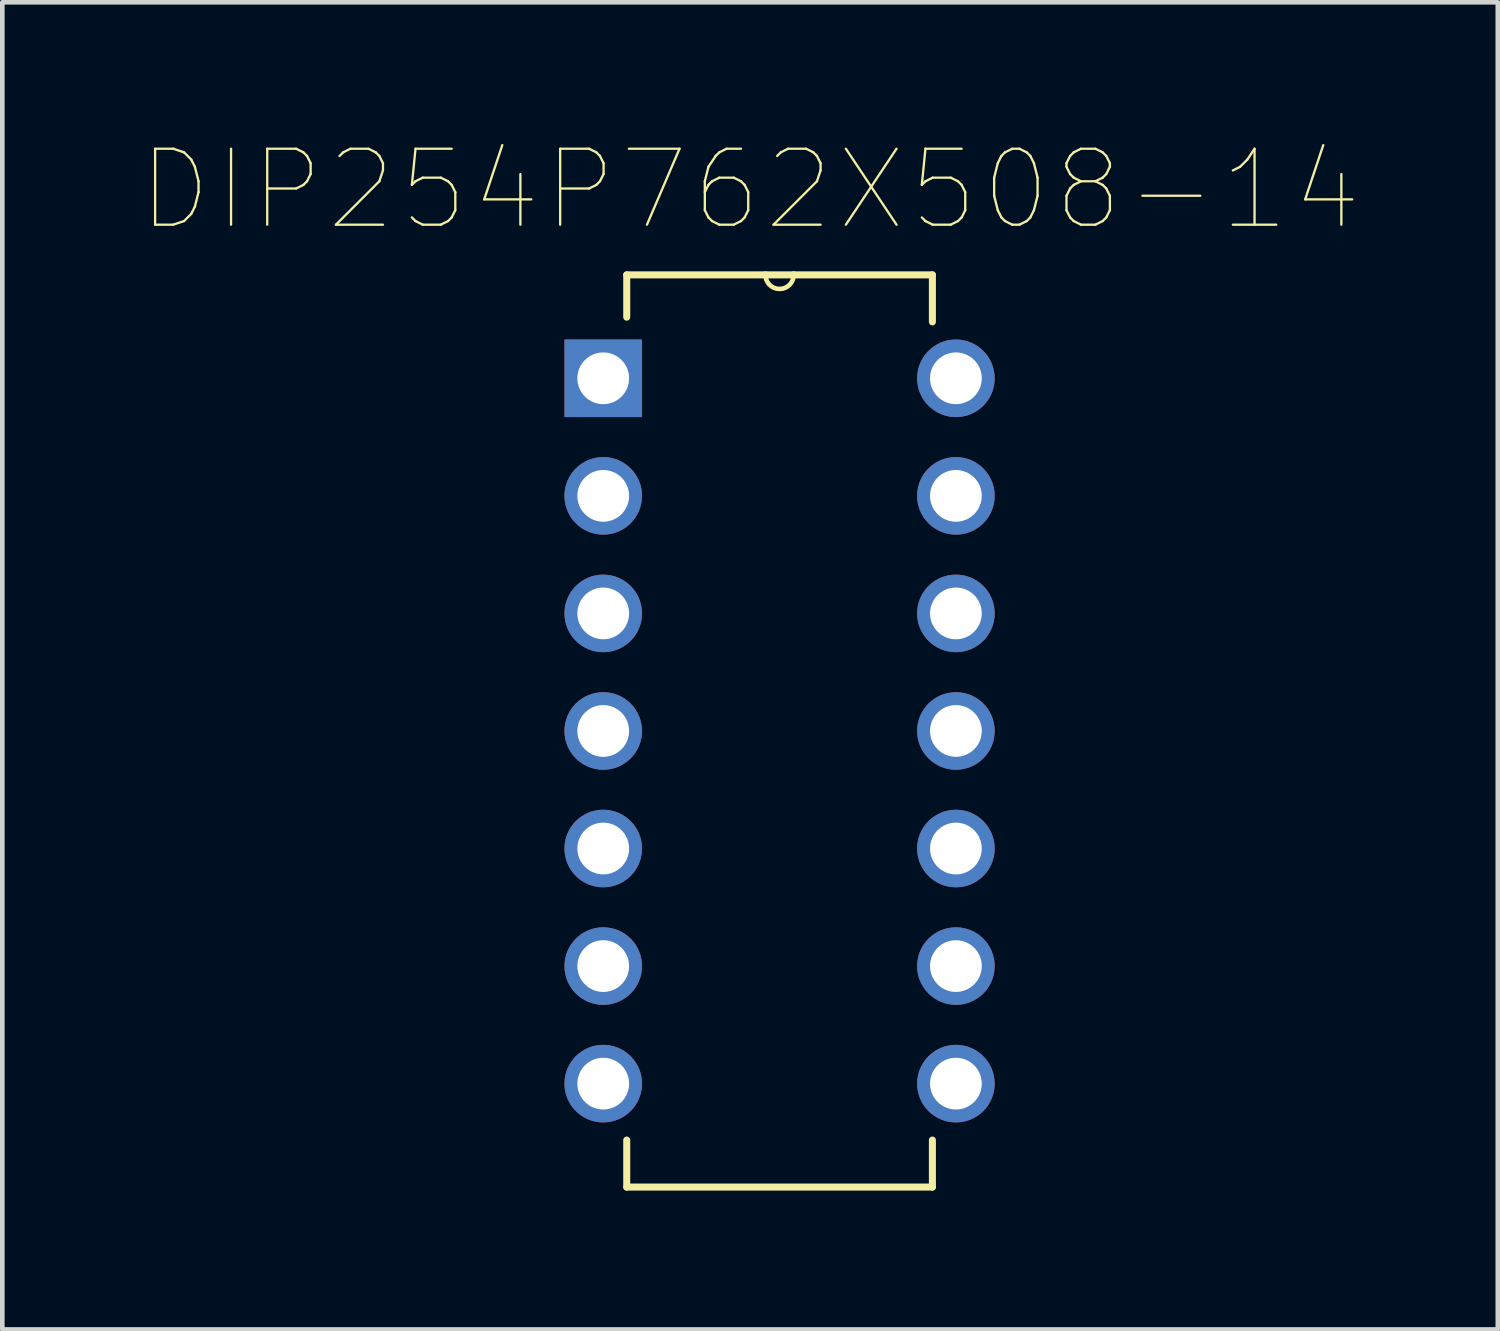
<source format=kicad_pcb>
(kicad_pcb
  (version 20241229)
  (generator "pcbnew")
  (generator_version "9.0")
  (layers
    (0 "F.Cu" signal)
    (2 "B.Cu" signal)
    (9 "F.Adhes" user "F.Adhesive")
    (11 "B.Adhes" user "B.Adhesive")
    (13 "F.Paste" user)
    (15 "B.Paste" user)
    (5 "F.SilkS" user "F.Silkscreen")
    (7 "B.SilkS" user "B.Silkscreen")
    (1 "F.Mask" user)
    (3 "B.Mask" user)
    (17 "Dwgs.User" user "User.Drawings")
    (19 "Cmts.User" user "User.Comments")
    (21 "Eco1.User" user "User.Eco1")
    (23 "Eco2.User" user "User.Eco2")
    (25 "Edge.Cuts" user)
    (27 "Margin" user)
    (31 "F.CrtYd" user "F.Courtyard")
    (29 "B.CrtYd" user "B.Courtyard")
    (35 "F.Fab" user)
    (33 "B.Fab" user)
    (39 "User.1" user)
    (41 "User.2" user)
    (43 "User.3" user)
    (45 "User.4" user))
  (footprint "DIP254P762X508-14"
    (layer "F.Cu")
    (at 17.604 20.364)
    (property "Reference" "DIP254P762X508-14" (at -4.448 -19.316 0) (layer "F.SilkS") (effects (font (size 1.641 1.641) (thickness 0.05))))
    (attr through_hole)
    (fp_line (start -7.112 -17.475) (end -7.112 -16.561) (stroke (width 0.152) (type solid)) (layer "F.SilkS"))
    (fp_line (start -7.112 1.219) (end -7.112 2.235) (stroke (width 0.152) (type solid)) (layer "F.SilkS"))
    (fp_line (start -7.112 2.235) (end -0.508 2.235) (stroke (width 0.152) (type solid)) (layer "F.SilkS"))
    (fp_line (start -4.115 -17.475) (end -7.112 -17.475) (stroke (width 0.152) (type solid)) (layer "F.SilkS"))
    (fp_line (start -3.505 -17.475) (end -4.115 -17.475) (stroke (width 0.152) (type solid)) (layer "F.SilkS"))
    (fp_line (start -0.508 -17.475) (end -3.505 -17.475) (stroke (width 0.152) (type solid)) (layer "F.SilkS"))
    (fp_line (start -0.508 -16.459) (end -0.508 -17.475) (stroke (width 0.152) (type solid)) (layer "F.SilkS"))
    (fp_line (start -0.508 2.235) (end -0.508 1.219) (stroke (width 0.152) (type solid)) (layer "F.SilkS"))
    (fp_arc (start -3.5052 -17.4752) (mid -3.81 -17.1704) (end -4.1148 -17.4752) (stroke (width 0.1) (type solid)) (layer "F.SilkS"))
    (fp_line (start -8.179 -15.799) (end -8.179 -14.681) (stroke (width 0.152) (type solid)) (layer "Eco2.User"))
    (fp_line (start -8.179 -14.681) (end -7.112 -14.681) (stroke (width 0.152) (type solid)) (layer "Eco2.User"))
    (fp_line (start -8.179 -13.259) (end -8.179 -12.141) (stroke (width 0.152) (type solid)) (layer "Eco2.User"))
    (fp_line (start -8.179 -12.141) (end -7.112 -12.141) (stroke (width 0.152) (type solid)) (layer "Eco2.User"))
    (fp_line (start -8.179 -10.719) (end -8.179 -9.601) (stroke (width 0.152) (type solid)) (layer "Eco2.User"))
    (fp_line (start -8.179 -9.601) (end -7.112 -9.601) (stroke (width 0.152) (type solid)) (layer "Eco2.User"))
    (fp_line (start -8.179 -8.179) (end -8.179 -7.061) (stroke (width 0.152) (type solid)) (layer "Eco2.User"))
    (fp_line (start -8.179 -7.061) (end -7.112 -7.061) (stroke (width 0.152) (type solid)) (layer "Eco2.User"))
    (fp_line (start -8.179 -5.639) (end -8.179 -4.521) (stroke (width 0.152) (type solid)) (layer "Eco2.User"))
    (fp_line (start -8.179 -4.521) (end -7.112 -4.521) (stroke (width 0.152) (type solid)) (layer "Eco2.User"))
    (fp_line (start -8.179 -3.099) (end -8.179 -1.981) (stroke (width 0.152) (type solid)) (layer "Eco2.User"))
    (fp_line (start -8.179 -1.981) (end -7.112 -1.981) (stroke (width 0.152) (type solid)) (layer "Eco2.User"))
    (fp_line (start -8.179 -0.559) (end -8.179 0.559) (stroke (width 0.152) (type solid)) (layer "Eco2.User"))
    (fp_line (start -8.179 0.559) (end -7.112 0.559) (stroke (width 0.152) (type solid)) (layer "Eco2.User"))
    (fp_line (start -7.112 -17.475) (end -7.112 2.235) (stroke (width 0.152) (type solid)) (layer "Eco2.User"))
    (fp_line (start -7.112 -15.799) (end -8.179 -15.799) (stroke (width 0.152) (type solid)) (layer "Eco2.User"))
    (fp_line (start -7.112 -14.681) (end -7.112 -15.799) (stroke (width 0.152) (type solid)) (layer "Eco2.User"))
    (fp_line (start -7.112 -13.259) (end -8.179 -13.259) (stroke (width 0.152) (type solid)) (layer "Eco2.User"))
    (fp_line (start -7.112 -12.141) (end -7.112 -13.259) (stroke (width 0.152) (type solid)) (layer "Eco2.User"))
    (fp_line (start -7.112 -10.719) (end -8.179 -10.719) (stroke (width 0.152) (type solid)) (layer "Eco2.User"))
    (fp_line (start -7.112 -9.601) (end -7.112 -10.719) (stroke (width 0.152) (type solid)) (layer "Eco2.User"))
    (fp_line (start -7.112 -8.179) (end -8.179 -8.179) (stroke (width 0.152) (type solid)) (layer "Eco2.User"))
    (fp_line (start -7.112 -7.061) (end -7.112 -8.179) (stroke (width 0.152) (type solid)) (layer "Eco2.User"))
    (fp_line (start -7.112 -5.639) (end -8.179 -5.639) (stroke (width 0.152) (type solid)) (layer "Eco2.User"))
    (fp_line (start -7.112 -4.521) (end -7.112 -5.639) (stroke (width 0.152) (type solid)) (layer "Eco2.User"))
    (fp_line (start -7.112 -3.099) (end -8.179 -3.099) (stroke (width 0.152) (type solid)) (layer "Eco2.User"))
    (fp_line (start -7.112 -1.981) (end -7.112 -3.099) (stroke (width 0.152) (type solid)) (layer "Eco2.User"))
    (fp_line (start -7.112 -0.559) (end -8.179 -0.559) (stroke (width 0.152) (type solid)) (layer "Eco2.User"))
    (fp_line (start -7.112 0.559) (end -7.112 -0.559) (stroke (width 0.152) (type solid)) (layer "Eco2.User"))
    (fp_line (start -7.112 2.235) (end -0.508 2.235) (stroke (width 0.152) (type solid)) (layer "Eco2.User"))
    (fp_line (start -4.115 -17.475) (end -7.112 -17.475) (stroke (width 0.152) (type solid)) (layer "Eco2.User"))
    (fp_line (start -3.505 -17.475) (end -4.115 -17.475) (stroke (width 0.152) (type solid)) (layer "Eco2.User"))
    (fp_line (start -0.508 -17.475) (end -3.505 -17.475) (stroke (width 0.152) (type solid)) (layer "Eco2.User"))
    (fp_line (start -0.508 -15.799) (end -0.508 -14.681) (stroke (width 0.152) (type solid)) (layer "Eco2.User"))
    (fp_line (start -0.508 -14.681) (end 0.559 -14.681) (stroke (width 0.152) (type solid)) (layer "Eco2.User"))
    (fp_line (start -0.508 -13.259) (end -0.508 -12.141) (stroke (width 0.152) (type solid)) (layer "Eco2.User"))
    (fp_line (start -0.508 -12.141) (end 0.559 -12.141) (stroke (width 0.152) (type solid)) (layer "Eco2.User"))
    (fp_line (start -0.508 -10.719) (end -0.508 -9.601) (stroke (width 0.152) (type solid)) (layer "Eco2.User"))
    (fp_line (start -0.508 -9.601) (end 0.559 -9.601) (stroke (width 0.152) (type solid)) (layer "Eco2.User"))
    (fp_line (start -0.508 -8.179) (end -0.508 -7.061) (stroke (width 0.152) (type solid)) (layer "Eco2.User"))
    (fp_line (start -0.508 -7.061) (end 0.559 -7.061) (stroke (width 0.152) (type solid)) (layer "Eco2.User"))
    (fp_line (start -0.508 -5.639) (end -0.508 -4.521) (stroke (width 0.152) (type solid)) (layer "Eco2.User"))
    (fp_line (start -0.508 -4.521) (end 0.559 -4.521) (stroke (width 0.152) (type solid)) (layer "Eco2.User"))
    (fp_line (start -0.508 -3.099) (end -0.508 -1.981) (stroke (width 0.152) (type solid)) (layer "Eco2.User"))
    (fp_line (start -0.508 -1.981) (end 0.559 -1.981) (stroke (width 0.152) (type solid)) (layer "Eco2.User"))
    (fp_line (start -0.508 -0.559) (end -0.508 0.559) (stroke (width 0.152) (type solid)) (layer "Eco2.User"))
    (fp_line (start -0.508 0.559) (end 0.559 0.559) (stroke (width 0.152) (type solid)) (layer "Eco2.User"))
    (fp_line (start -0.508 2.235) (end -0.508 -17.475) (stroke (width 0.152) (type solid)) (layer "Eco2.User"))
    (fp_line (start 0.559 -15.799) (end -0.508 -15.799) (stroke (width 0.152) (type solid)) (layer "Eco2.User"))
    (fp_line (start 0.559 -14.681) (end 0.559 -15.799) (stroke (width 0.152) (type solid)) (layer "Eco2.User"))
    (fp_line (start 0.559 -13.259) (end -0.508 -13.259) (stroke (width 0.152) (type solid)) (layer "Eco2.User"))
    (fp_line (start 0.559 -12.141) (end 0.559 -13.259) (stroke (width 0.152) (type solid)) (layer "Eco2.User"))
    (fp_line (start 0.559 -10.719) (end -0.508 -10.719) (stroke (width 0.152) (type solid)) (layer "Eco2.User"))
    (fp_line (start 0.559 -9.601) (end 0.559 -10.719) (stroke (width 0.152) (type solid)) (layer "Eco2.User"))
    (fp_line (start 0.559 -8.179) (end -0.508 -8.179) (stroke (width 0.152) (type solid)) (layer "Eco2.User"))
    (fp_line (start 0.559 -7.061) (end 0.559 -8.179) (stroke (width 0.152) (type solid)) (layer "Eco2.User"))
    (fp_line (start 0.559 -5.639) (end -0.508 -5.639) (stroke (width 0.152) (type solid)) (layer "Eco2.User"))
    (fp_line (start 0.559 -4.521) (end 0.559 -5.639) (stroke (width 0.152) (type solid)) (layer "Eco2.User"))
    (fp_line (start 0.559 -3.099) (end -0.508 -3.099) (stroke (width 0.152) (type solid)) (layer "Eco2.User"))
    (fp_line (start 0.559 -1.981) (end 0.559 -3.099) (stroke (width 0.152) (type solid)) (layer "Eco2.User"))
    (fp_line (start 0.559 -0.559) (end -0.508 -0.559) (stroke (width 0.152) (type solid)) (layer "Eco2.User"))
    (fp_line (start 0.559 0.559) (end 0.559 -0.559) (stroke (width 0.152) (type solid)) (layer "Eco2.User"))
    (fp_arc (start -3.5052 -17.4752) (mid -3.81 -17.1704) (end -4.1148 -17.4752) (stroke (width 0.1) (type solid)) (layer "Eco2.User"))
    (pad "1" thru_hole rect (at -7.62 -15.24) (size 1.676 1.676) (drill 1.118) (layers "*.Cu" "*.Mask"))
    (pad "2" thru_hole circle (at -7.62 -12.7) (size 1.676 1.676) (drill 1.118) (layers "*.Cu" "*.Mask"))
    (pad "3" thru_hole circle (at -7.62 -10.16) (size 1.676 1.676) (drill 1.118) (layers "*.Cu" "*.Mask"))
    (pad "4" thru_hole circle (at -7.62 -7.62) (size 1.676 1.676) (drill 1.118) (layers "*.Cu" "*.Mask"))
    (pad "5" thru_hole circle (at -7.62 -5.08) (size 1.676 1.676) (drill 1.118) (layers "*.Cu" "*.Mask"))
    (pad "6" thru_hole circle (at -7.62 -2.54) (size 1.676 1.676) (drill 1.118) (layers "*.Cu" "*.Mask"))
    (pad "7" thru_hole circle (at -7.62 0) (size 1.676 1.676) (drill 1.118) (layers "*.Cu" "*.Mask"))
    (pad "8" thru_hole circle (at 0 0) (size 1.676 1.676) (drill 1.118) (layers "*.Cu" "*.Mask"))
    (pad "9" thru_hole circle (at 0 -2.54) (size 1.676 1.676) (drill 1.118) (layers "*.Cu" "*.Mask"))
    (pad "10" thru_hole circle (at 0 -5.08) (size 1.676 1.676) (drill 1.118) (layers "*.Cu" "*.Mask"))
    (pad "11" thru_hole circle (at 0 -7.62) (size 1.676 1.676) (drill 1.118) (layers "*.Cu" "*.Mask"))
    (pad "12" thru_hole circle (at 0 -10.16) (size 1.676 1.676) (drill 1.118) (layers "*.Cu" "*.Mask"))
    (pad "13" thru_hole circle (at 0 -12.7) (size 1.676 1.676) (drill 1.118) (layers "*.Cu" "*.Mask"))
    (pad "14" thru_hole circle (at 0 -15.24) (size 1.676 1.676) (drill 1.118) (layers "*.Cu" "*.Mask")))
  (gr_rect
    (start -3 -3)
    (end 29.313 25.675)
    (stroke (width 0.1) (type default))
    (fill no)
    (layer "Edge.Cuts")))
</source>
